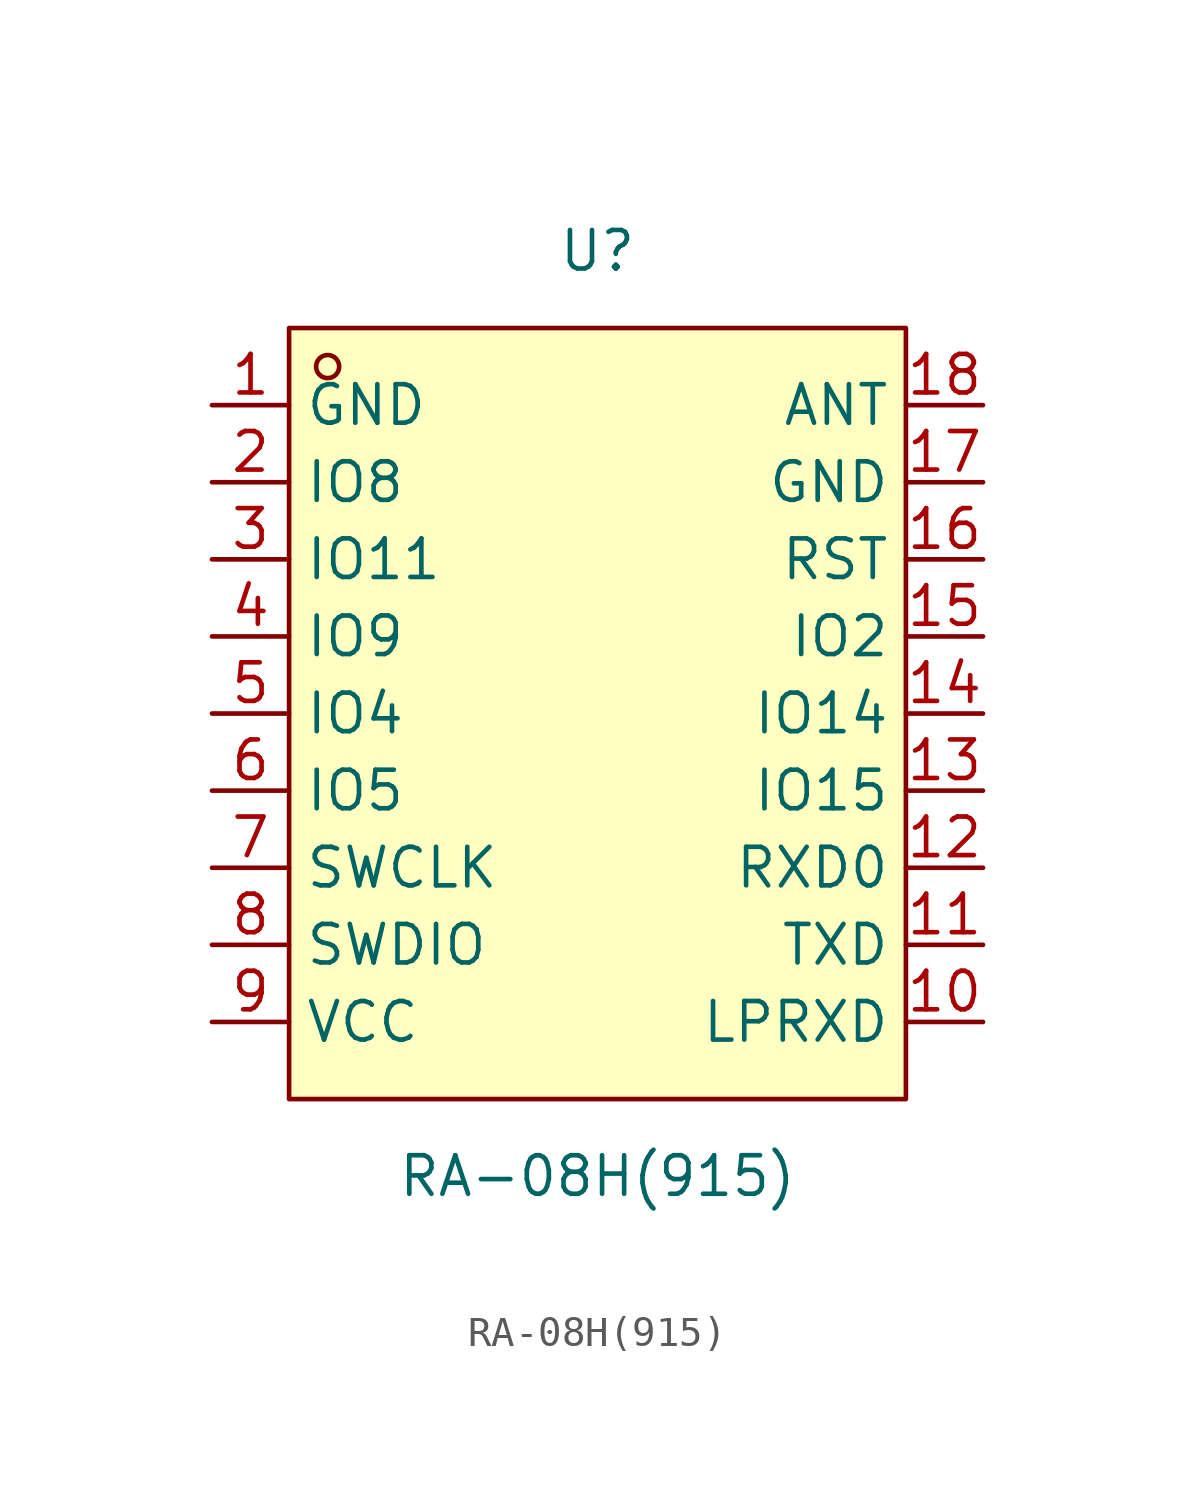
<source format=kicad_sym>
(kicad_symbol_lib
  (version 20211014)
  (generator https://github.com/uPesy/easyeda2kicad.py)
  (symbol "RA-08H(915)"
    (property "Reference" "U"
      (at 0 15.24 0)
      (effects (font (size 1.27 1.27))))
    (property "Value" "RA-08H(915)"
      (at 0 -15.24 0)
      (effects (font (size 1.27 1.27))))
    (symbol "RA-08H(915)_0_1"
      (rectangle (start -10.16 12.70) (end 10.16 -12.70) (stroke (width 0) (type default) (color 0 0 0 0)) (fill (type background)))
      (circle (center -8.89 11.43) (radius 0.38) (stroke (width 0) (type default) (color 0 0 0 0)) (fill (type none)))
      (pin unspecified line (at -12.70 10.16 0) (length 2.54) (name "GND" (effects (font (size 1.27 1.27)))) (number "1" (effects (font (size 1.27 1.27)))))
      (pin unspecified line (at -12.70 7.62 0) (length 2.54) (name "IO8" (effects (font (size 1.27 1.27)))) (number "2" (effects (font (size 1.27 1.27)))))
      (pin unspecified line (at -12.70 5.08 0) (length 2.54) (name "IO11" (effects (font (size 1.27 1.27)))) (number "3" (effects (font (size 1.27 1.27)))))
      (pin unspecified line (at -12.70 2.54 0) (length 2.54) (name "IO9" (effects (font (size 1.27 1.27)))) (number "4" (effects (font (size 1.27 1.27)))))
      (pin unspecified line (at -12.70 -0.00 0) (length 2.54) (name "IO4" (effects (font (size 1.27 1.27)))) (number "5" (effects (font (size 1.27 1.27)))))
      (pin unspecified line (at -12.70 -2.54 0) (length 2.54) (name "IO5" (effects (font (size 1.27 1.27)))) (number "6" (effects (font (size 1.27 1.27)))))
      (pin unspecified line (at -12.70 -5.08 0) (length 2.54) (name "SWCLK" (effects (font (size 1.27 1.27)))) (number "7" (effects (font (size 1.27 1.27)))))
      (pin unspecified line (at -12.70 -7.62 0) (length 2.54) (name "SWDIO" (effects (font (size 1.27 1.27)))) (number "8" (effects (font (size 1.27 1.27)))))
      (pin unspecified line (at -12.70 -10.16 0) (length 2.54) (name "VCC" (effects (font (size 1.27 1.27)))) (number "9" (effects (font (size 1.27 1.27)))))
      (pin unspecified line (at 12.70 -10.16 180) (length 2.54) (name "LPRXD" (effects (font (size 1.27 1.27)))) (number "10" (effects (font (size 1.27 1.27)))))
      (pin unspecified line (at 12.70 -7.62 180) (length 2.54) (name "TXD" (effects (font (size 1.27 1.27)))) (number "11" (effects (font (size 1.27 1.27)))))
      (pin unspecified line (at 12.70 -5.08 180) (length 2.54) (name "RXD0" (effects (font (size 1.27 1.27)))) (number "12" (effects (font (size 1.27 1.27)))))
      (pin unspecified line (at 12.70 -2.54 180) (length 2.54) (name "IO15" (effects (font (size 1.27 1.27)))) (number "13" (effects (font (size 1.27 1.27)))))
      (pin unspecified line (at 12.70 -0.00 180) (length 2.54) (name "IO14" (effects (font (size 1.27 1.27)))) (number "14" (effects (font (size 1.27 1.27)))))
      (pin unspecified line (at 12.70 2.54 180) (length 2.54) (name "IO2" (effects (font (size 1.27 1.27)))) (number "15" (effects (font (size 1.27 1.27)))))
      (pin unspecified line (at 12.70 5.08 180) (length 2.54) (name "RST" (effects (font (size 1.27 1.27)))) (number "16" (effects (font (size 1.27 1.27)))))
      (pin unspecified line (at 12.70 7.62 180) (length 2.54) (name "GND" (effects (font (size 1.27 1.27)))) (number "17" (effects (font (size 1.27 1.27)))))
      (pin unspecified line (at 12.70 10.16 180) (length 2.54) (name "ANT" (effects (font (size 1.27 1.27)))) (number "18" (effects (font (size 1.27 1.27))))))))
</source>
